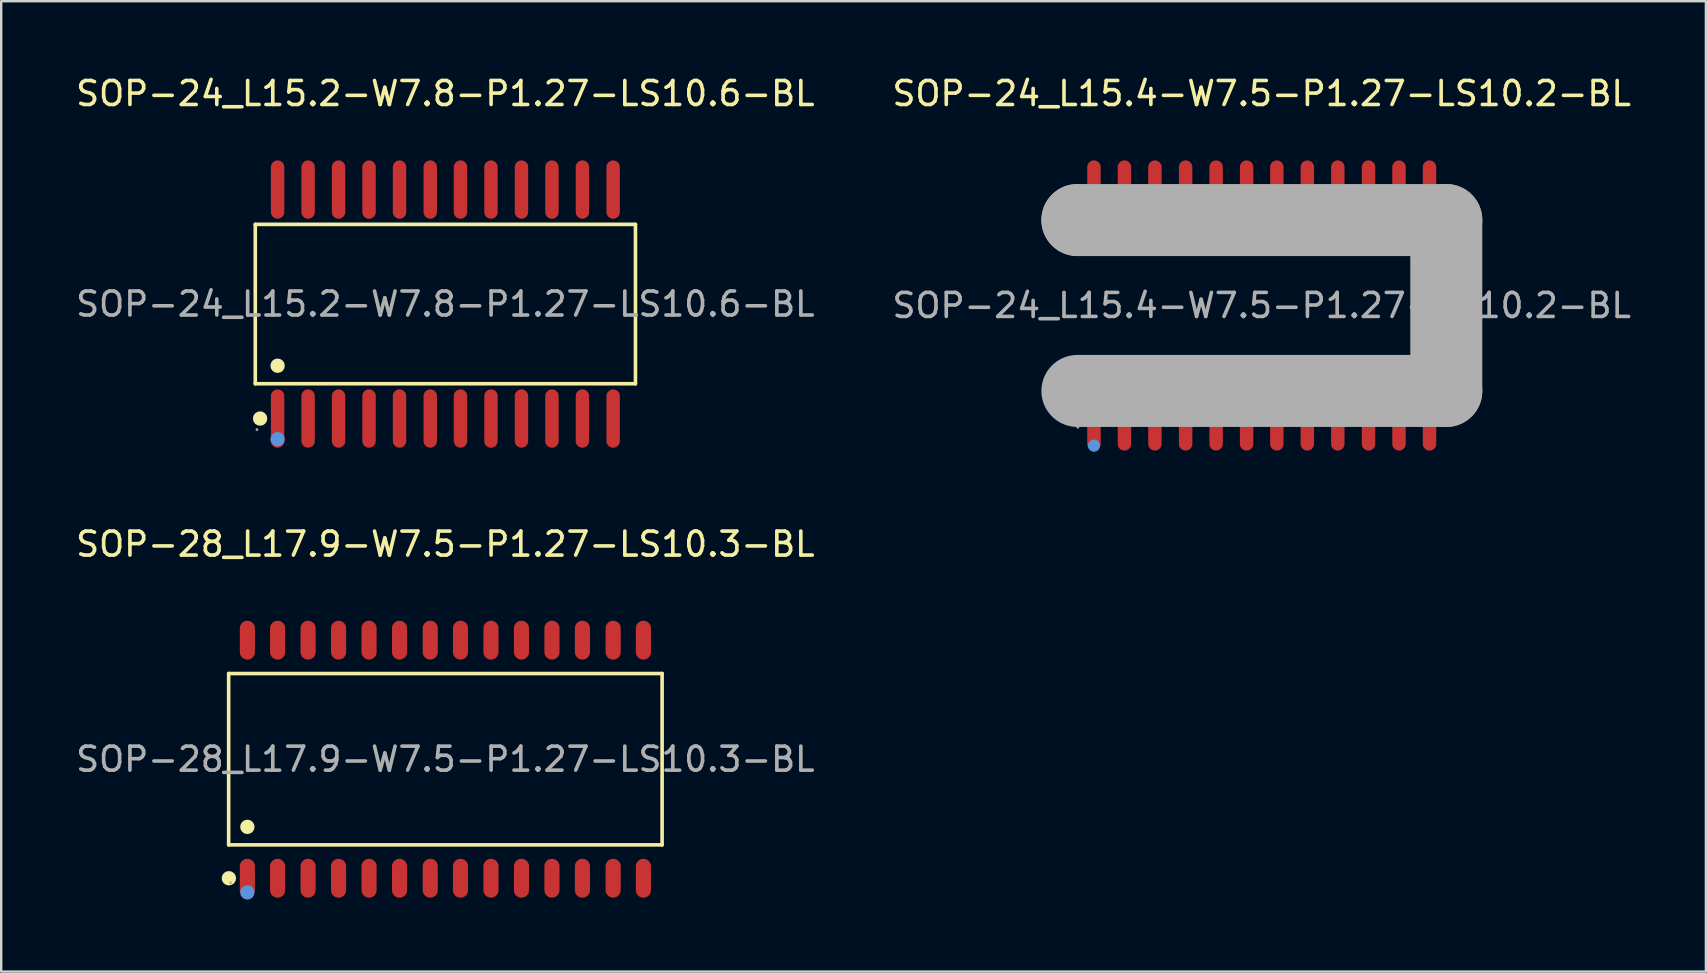
<source format=kicad_pcb>
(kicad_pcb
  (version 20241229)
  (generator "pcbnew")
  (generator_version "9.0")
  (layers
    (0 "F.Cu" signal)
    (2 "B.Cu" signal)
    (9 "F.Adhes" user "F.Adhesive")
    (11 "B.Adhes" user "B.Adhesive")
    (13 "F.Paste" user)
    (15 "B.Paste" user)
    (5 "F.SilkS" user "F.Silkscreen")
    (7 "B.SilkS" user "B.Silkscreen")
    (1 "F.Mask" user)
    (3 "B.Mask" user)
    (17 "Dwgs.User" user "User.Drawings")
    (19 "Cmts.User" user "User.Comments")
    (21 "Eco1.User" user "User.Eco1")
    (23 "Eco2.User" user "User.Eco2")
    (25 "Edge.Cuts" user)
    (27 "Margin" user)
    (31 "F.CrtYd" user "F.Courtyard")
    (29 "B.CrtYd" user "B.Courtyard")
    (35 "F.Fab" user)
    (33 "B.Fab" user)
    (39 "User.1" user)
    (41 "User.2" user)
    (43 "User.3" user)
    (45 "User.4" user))
  (footprint "SOP-24_L15.2-W7.8-P1.27-LS10.6-BL"
    (layer "F.Cu")
    (at 15.506 9.618)
    (property "Reference" "SOP-24_L15.2-W7.8-P1.27-LS10.6-BL" (at 0 -8.77 0) (layer "F.SilkS") (effects (font (size 1 1) (thickness 0.15))))
    (attr through_hole)
    (fp_line (start -7.92 -3.32) (end 7.92 -3.32) (stroke (width 0.15) (type solid)) (layer "F.SilkS"))
    (fp_line (start -7.92 3.32) (end -7.92 -3.32) (stroke (width 0.15) (type solid)) (layer "F.SilkS"))
    (fp_line (start 7.92 -3.32) (end 7.92 3.32) (stroke (width 0.15) (type solid)) (layer "F.SilkS"))
    (fp_line (start 7.92 3.32) (end -7.92 3.32) (stroke (width 0.15) (type solid)) (layer "F.SilkS"))
    (fp_circle (center -7.72 4.77) (end -7.57 4.77) (stroke (width 0.3) (type solid)) (fill no) (layer "F.SilkS"))
    (fp_circle (center -6.99 2.57) (end -6.84 2.57) (stroke (width 0.3) (type solid)) (fill no) (layer "F.SilkS"))
    (fp_circle (center -6.99 5.63) (end -6.84 5.63) (stroke (width 0.3) (type solid)) (fill no) (layer "Cmts.User"))
    (fp_circle (center -7.85 5.23) (end -7.82 5.23) (stroke (width 0.06) (type solid)) (fill no) (layer "F.Fab"))
    (fp_text user "${REFERENCE}" (at 0 0 0) (layer "F.Fab") (effects (font (size 1 1) (thickness 0.15))))
    (pad "1" smd oval (at -6.99 4.77) (size 0.56 2.43) (layers "F.Cu" "F.Mask" "F.Paste"))
    (pad "2" smd oval (at -5.72 4.77) (size 0.56 2.43) (layers "F.Cu" "F.Mask" "F.Paste"))
    (pad "3" smd oval (at -4.45 4.77) (size 0.56 2.43) (layers "F.Cu" "F.Mask" "F.Paste"))
    (pad "4" smd oval (at -3.18 4.77) (size 0.56 2.43) (layers "F.Cu" "F.Mask" "F.Paste"))
    (pad "5" smd oval (at -1.91 4.77) (size 0.56 2.43) (layers "F.Cu" "F.Mask" "F.Paste"))
    (pad "6" smd oval (at -0.63 4.77) (size 0.56 2.43) (layers "F.Cu" "F.Mask" "F.Paste"))
    (pad "7" smd oval (at 0.63 4.77) (size 0.56 2.43) (layers "F.Cu" "F.Mask" "F.Paste"))
    (pad "8" smd oval (at 1.9 4.77) (size 0.56 2.43) (layers "F.Cu" "F.Mask" "F.Paste"))
    (pad "9" smd oval (at 3.17 4.77) (size 0.56 2.43) (layers "F.Cu" "F.Mask" "F.Paste"))
    (pad "10" smd oval (at 4.44 4.77) (size 0.56 2.43) (layers "F.Cu" "F.Mask" "F.Paste"))
    (pad "11" smd oval (at 5.71 4.77) (size 0.56 2.43) (layers "F.Cu" "F.Mask" "F.Paste"))
    (pad "12" smd oval (at 6.99 4.77) (size 0.56 2.43) (layers "F.Cu" "F.Mask" "F.Paste"))
    (pad "13" smd oval (at 6.99 -4.77) (size 0.56 2.43) (layers "F.Cu" "F.Mask" "F.Paste"))
    (pad "14" smd oval (at 5.71 -4.77) (size 0.56 2.43) (layers "F.Cu" "F.Mask" "F.Paste"))
    (pad "15" smd oval (at 4.44 -4.77) (size 0.56 2.43) (layers "F.Cu" "F.Mask" "F.Paste"))
    (pad "16" smd oval (at 3.17 -4.77) (size 0.56 2.43) (layers "F.Cu" "F.Mask" "F.Paste"))
    (pad "17" smd oval (at 1.9 -4.77) (size 0.56 2.43) (layers "F.Cu" "F.Mask" "F.Paste"))
    (pad "18" smd oval (at 0.63 -4.77) (size 0.56 2.43) (layers "F.Cu" "F.Mask" "F.Paste"))
    (pad "19" smd oval (at -0.63 -4.77) (size 0.56 2.43) (layers "F.Cu" "F.Mask" "F.Paste"))
    (pad "20" smd oval (at -1.91 -4.77) (size 0.56 2.43) (layers "F.Cu" "F.Mask" "F.Paste"))
    (pad "21" smd oval (at -3.18 -4.77) (size 0.56 2.43) (layers "F.Cu" "F.Mask" "F.Paste"))
    (pad "22" smd oval (at -4.45 -4.77) (size 0.56 2.43) (layers "F.Cu" "F.Mask" "F.Paste"))
    (pad "23" smd oval (at -5.72 -4.77) (size 0.56 2.43) (layers "F.Cu" "F.Mask" "F.Paste"))
    (pad "24" smd oval (at -6.99 -4.77) (size 0.56 2.43) (layers "F.Cu" "F.Mask" "F.Paste")))
  (footprint "SOP-24_L15.4-W7.5-P1.27-LS10.2-BL"
    (layer "F.Cu")
    (at 49.518 9.678)
    (property "Reference" "SOP-24_L15.4-W7.5-P1.27-LS10.2-BL" (at 0 -8.83 0) (layer "F.SilkS") (effects (font (size 1 1) (thickness 0.15))))
    (attr through_hole)
    (fp_circle (center -6.99 2.92) (end -6.86 2.92) (stroke (width 0.25) (type solid)) (fill no) (layer "F.SilkS"))
    (fp_circle (center -6.99 5.84) (end -6.86 5.84) (stroke (width 0.25) (type solid)) (fill no) (layer "Cmts.User"))
    (fp_line (start -7.68 -3.56) (end -7.68 -3.56) (stroke (width 3) (type solid)) (layer "F.Fab"))
    (fp_line (start -7.68 -3.56) (end 7.69 -3.56) (stroke (width 3) (type solid)) (layer "F.Fab"))
    (fp_line (start 7.69 -3.56) (end 7.69 3.56) (stroke (width 3) (type solid)) (layer "F.Fab"))
    (fp_line (start 7.69 3.56) (end -7.68 3.56) (stroke (width 3) (type solid)) (layer "F.Fab"))
    (fp_circle (center -7.66 5.07) (end -7.63 5.07) (stroke (width 0.06) (type solid)) (fill no) (layer "F.Fab"))
    (fp_text user "${REFERENCE}" (at 0 0 0) (layer "F.Fab") (effects (font (size 1 1) (thickness 0.15))))
    (pad "1" smd oval (at -6.99 4.83) (size 0.56 2.43) (layers "F.Cu" "F.Mask" "F.Paste"))
    (pad "2" smd oval (at -5.72 4.83) (size 0.56 2.43) (layers "F.Cu" "F.Mask" "F.Paste"))
    (pad "3" smd oval (at -4.45 4.83) (size 0.56 2.43) (layers "F.Cu" "F.Mask" "F.Paste"))
    (pad "4" smd oval (at -3.17 4.83) (size 0.56 2.43) (layers "F.Cu" "F.Mask" "F.Paste"))
    (pad "5" smd oval (at -1.9 4.83) (size 0.56 2.43) (layers "F.Cu" "F.Mask" "F.Paste"))
    (pad "6" smd oval (at -0.63 4.83) (size 0.56 2.43) (layers "F.Cu" "F.Mask" "F.Paste"))
    (pad "7" smd oval (at 0.63 4.83) (size 0.56 2.43) (layers "F.Cu" "F.Mask" "F.Paste"))
    (pad "8" smd oval (at 1.9 4.83) (size 0.56 2.43) (layers "F.Cu" "F.Mask" "F.Paste"))
    (pad "9" smd oval (at 3.17 4.83) (size 0.56 2.43) (layers "F.Cu" "F.Mask" "F.Paste"))
    (pad "10" smd oval (at 4.45 4.83) (size 0.56 2.43) (layers "F.Cu" "F.Mask" "F.Paste"))
    (pad "11" smd oval (at 5.72 4.83) (size 0.56 2.43) (layers "F.Cu" "F.Mask" "F.Paste"))
    (pad "12" smd oval (at 6.99 4.83) (size 0.56 2.43) (layers "F.Cu" "F.Mask" "F.Paste"))
    (pad "13" smd oval (at 6.99 -4.83) (size 0.56 2.43) (layers "F.Cu" "F.Mask" "F.Paste"))
    (pad "14" smd oval (at 5.72 -4.83) (size 0.56 2.43) (layers "F.Cu" "F.Mask" "F.Paste"))
    (pad "15" smd oval (at 4.45 -4.83) (size 0.56 2.43) (layers "F.Cu" "F.Mask" "F.Paste"))
    (pad "16" smd oval (at 3.17 -4.83) (size 0.56 2.43) (layers "F.Cu" "F.Mask" "F.Paste"))
    (pad "17" smd oval (at 1.9 -4.83) (size 0.56 2.43) (layers "F.Cu" "F.Mask" "F.Paste"))
    (pad "18" smd oval (at 0.63 -4.83) (size 0.56 2.43) (layers "F.Cu" "F.Mask" "F.Paste"))
    (pad "19" smd oval (at -0.63 -4.83) (size 0.56 2.43) (layers "F.Cu" "F.Mask" "F.Paste"))
    (pad "20" smd oval (at -1.9 -4.83) (size 0.56 2.43) (layers "F.Cu" "F.Mask" "F.Paste"))
    (pad "21" smd oval (at -3.17 -4.83) (size 0.56 2.43) (layers "F.Cu" "F.Mask" "F.Paste"))
    (pad "22" smd oval (at -4.45 -4.83) (size 0.56 2.43) (layers "F.Cu" "F.Mask" "F.Paste"))
    (pad "23" smd oval (at -5.72 -4.83) (size 0.56 2.43) (layers "F.Cu" "F.Mask" "F.Paste"))
    (pad "24" smd oval (at -6.99 -4.83) (size 0.56 2.43) (layers "F.Cu" "F.Mask" "F.Paste")))
  (footprint "SOP-28_L17.9-W7.5-P1.27-LS10.3-BL"
    (layer "F.Cu")
    (at 15.506 28.581)
    (property "Reference" "SOP-28_L17.9-W7.5-P1.27-LS10.3-BL" (at 0 -8.96 0) (layer "F.SilkS") (effects (font (size 1 1) (thickness 0.15))))
    (attr through_hole)
    (fp_line (start -9.03 -3.57) (end 9.03 -3.57) (stroke (width 0.15) (type solid)) (layer "F.SilkS"))
    (fp_line (start -9.03 3.57) (end -9.03 -3.57) (stroke (width 0.15) (type solid)) (layer "F.SilkS"))
    (fp_line (start 9.03 -3.57) (end 9.03 3.57) (stroke (width 0.15) (type solid)) (layer "F.SilkS"))
    (fp_line (start 9.03 3.57) (end -9.03 3.57) (stroke (width 0.15) (type solid)) (layer "F.SilkS"))
    (fp_circle (center -9.02 4.96) (end -8.87 4.96) (stroke (width 0.3) (type solid)) (fill no) (layer "F.SilkS"))
    (fp_circle (center -8.25 2.82) (end -8.1 2.82) (stroke (width 0.3) (type solid)) (fill no) (layer "F.SilkS"))
    (fp_circle (center -8.25 5.55) (end -8.1 5.55) (stroke (width 0.3) (type solid)) (fill no) (layer "Cmts.User"))
    (fp_circle (center -8.95 5.15) (end -8.92 5.15) (stroke (width 0.06) (type solid)) (fill no) (layer "F.Fab"))
    (fp_text user "${REFERENCE}" (at 0 0 0) (layer "F.Fab") (effects (font (size 1 1) (thickness 0.15))))
    (pad "1" smd oval (at -8.25 4.96) (size 0.63 1.62) (layers "F.Cu" "F.Mask" "F.Paste"))
    (pad "2" smd oval (at -6.99 4.96) (size 0.63 1.62) (layers "F.Cu" "F.Mask" "F.Paste"))
    (pad "3" smd oval (at -5.72 4.96) (size 0.63 1.62) (layers "F.Cu" "F.Mask" "F.Paste"))
    (pad "4" smd oval (at -4.45 4.96) (size 0.63 1.62) (layers "F.Cu" "F.Mask" "F.Paste"))
    (pad "5" smd oval (at -3.18 4.96) (size 0.63 1.62) (layers "F.Cu" "F.Mask" "F.Paste"))
    (pad "6" smd oval (at -1.91 4.96) (size 0.63 1.62) (layers "F.Cu" "F.Mask" "F.Paste"))
    (pad "7" smd oval (at -0.63 4.96) (size 0.63 1.62) (layers "F.Cu" "F.Mask" "F.Paste"))
    (pad "8" smd oval (at 0.63 4.96) (size 0.63 1.62) (layers "F.Cu" "F.Mask" "F.Paste"))
    (pad "9" smd oval (at 1.9 4.96) (size 0.63 1.62) (layers "F.Cu" "F.Mask" "F.Paste"))
    (pad "10" smd oval (at 3.17 4.96) (size 0.63 1.62) (layers "F.Cu" "F.Mask" "F.Paste"))
    (pad "11" smd oval (at 4.44 4.96) (size 0.63 1.62) (layers "F.Cu" "F.Mask" "F.Paste"))
    (pad "12" smd oval (at 5.71 4.96) (size 0.63 1.62) (layers "F.Cu" "F.Mask" "F.Paste"))
    (pad "13" smd oval (at 6.99 4.96) (size 0.63 1.62) (layers "F.Cu" "F.Mask" "F.Paste"))
    (pad "14" smd oval (at 8.25 4.96) (size 0.63 1.62) (layers "F.Cu" "F.Mask" "F.Paste"))
    (pad "15" smd oval (at 8.25 -4.96) (size 0.63 1.62) (layers "F.Cu" "F.Mask" "F.Paste"))
    (pad "16" smd oval (at 6.99 -4.96) (size 0.63 1.62) (layers "F.Cu" "F.Mask" "F.Paste"))
    (pad "17" smd oval (at 5.71 -4.96) (size 0.63 1.62) (layers "F.Cu" "F.Mask" "F.Paste"))
    (pad "18" smd oval (at 4.44 -4.96) (size 0.63 1.62) (layers "F.Cu" "F.Mask" "F.Paste"))
    (pad "19" smd oval (at 3.17 -4.96) (size 0.63 1.62) (layers "F.Cu" "F.Mask" "F.Paste"))
    (pad "20" smd oval (at 1.9 -4.96) (size 0.63 1.62) (layers "F.Cu" "F.Mask" "F.Paste"))
    (pad "21" smd oval (at 0.63 -4.96) (size 0.63 1.62) (layers "F.Cu" "F.Mask" "F.Paste"))
    (pad "22" smd oval (at -0.63 -4.96) (size 0.63 1.62) (layers "F.Cu" "F.Mask" "F.Paste"))
    (pad "23" smd oval (at -1.91 -4.96) (size 0.63 1.62) (layers "F.Cu" "F.Mask" "F.Paste"))
    (pad "24" smd oval (at -3.18 -4.96) (size 0.63 1.62) (layers "F.Cu" "F.Mask" "F.Paste"))
    (pad "25" smd oval (at -4.45 -4.96) (size 0.63 1.62) (layers "F.Cu" "F.Mask" "F.Paste"))
    (pad "26" smd oval (at -5.72 -4.96) (size 0.63 1.62) (layers "F.Cu" "F.Mask" "F.Paste"))
    (pad "27" smd oval (at -6.99 -4.96) (size 0.63 1.62) (layers "F.Cu" "F.Mask" "F.Paste"))
    (pad "28" smd oval (at -8.25 -4.96) (size 0.63 1.62) (layers "F.Cu" "F.Mask" "F.Paste")))
  (gr_rect
    (start -3 -3)
    (end 68.024 37.431)
    (stroke (width 0.1) (type default))
    (fill no)
    (layer "Edge.Cuts")))
</source>
